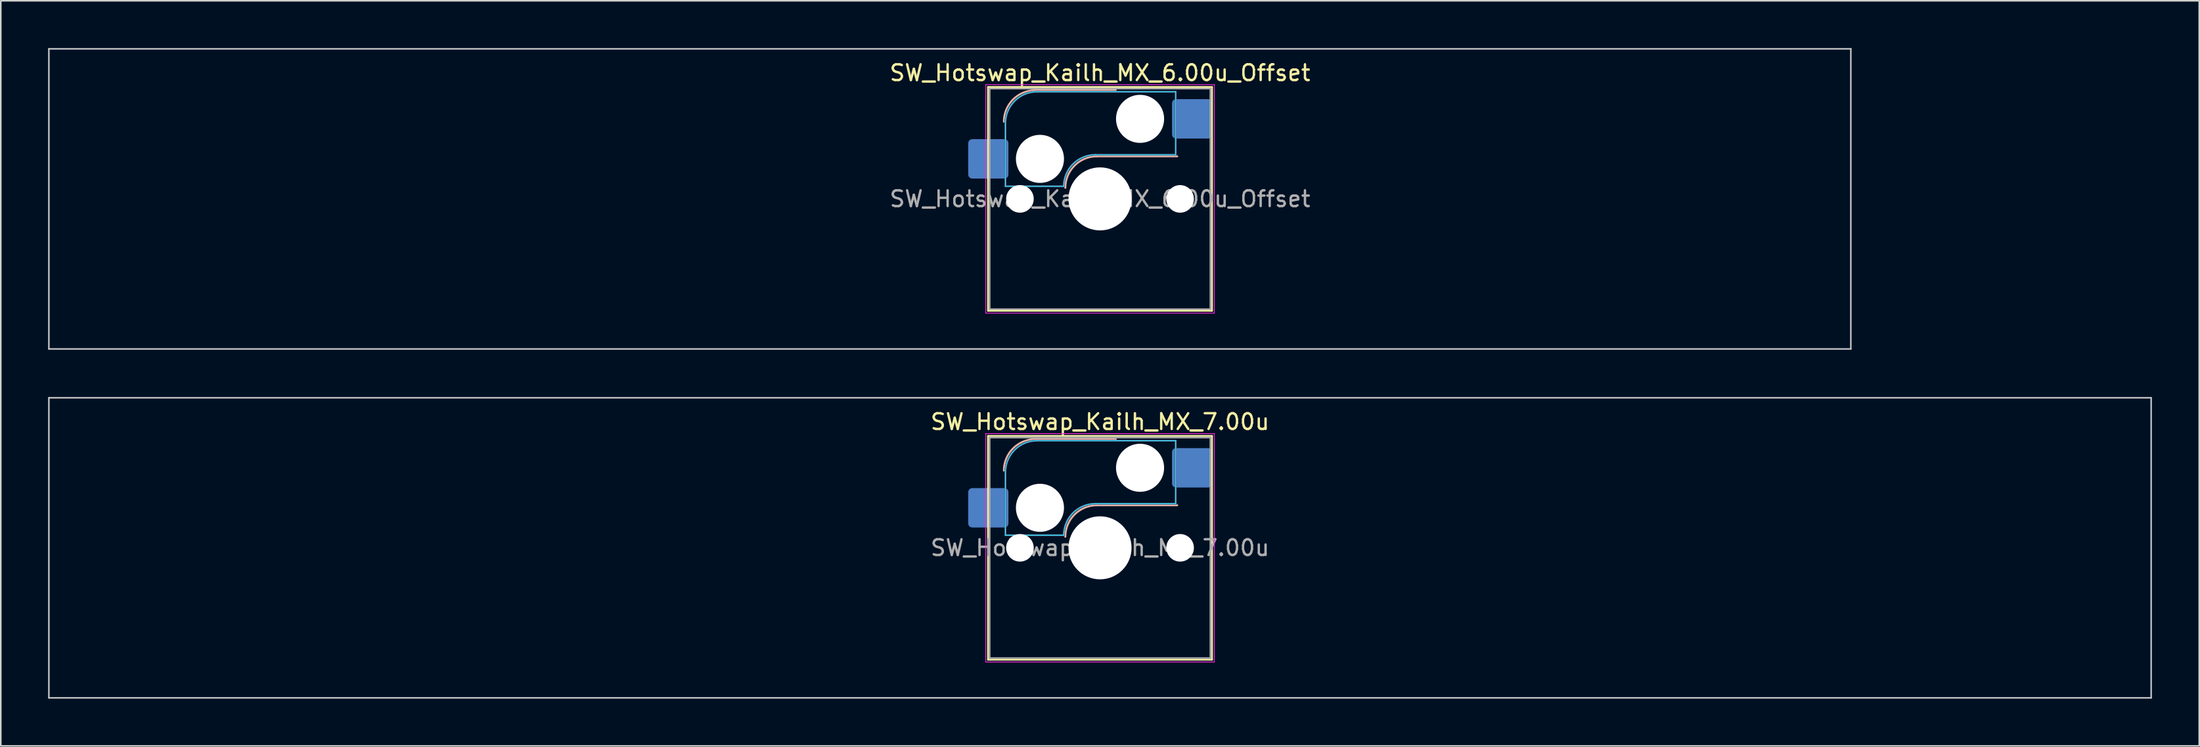
<source format=kicad_pcb>
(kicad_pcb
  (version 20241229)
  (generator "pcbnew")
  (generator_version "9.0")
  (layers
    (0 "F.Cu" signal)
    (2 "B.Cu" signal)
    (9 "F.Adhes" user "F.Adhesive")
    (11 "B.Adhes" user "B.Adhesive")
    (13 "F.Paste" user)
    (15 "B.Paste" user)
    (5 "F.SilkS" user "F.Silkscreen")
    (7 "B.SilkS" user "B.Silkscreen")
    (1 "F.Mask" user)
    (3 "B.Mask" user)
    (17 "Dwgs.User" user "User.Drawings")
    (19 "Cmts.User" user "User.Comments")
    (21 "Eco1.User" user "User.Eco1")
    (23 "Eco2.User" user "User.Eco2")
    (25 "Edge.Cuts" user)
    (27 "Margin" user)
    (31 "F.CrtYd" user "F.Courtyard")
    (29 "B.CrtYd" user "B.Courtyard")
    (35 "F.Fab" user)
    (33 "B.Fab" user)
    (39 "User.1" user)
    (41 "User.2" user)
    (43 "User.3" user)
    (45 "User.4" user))
  (footprint "SW_Hotswap_Kailh_MX_6.00u_Offset"
    (layer "F.Cu")
    (at 66.725 9.575)
    (property "Reference" "SW_Hotswap_Kailh_MX_6.00u_Offset" (at 0 -8 0) (layer "F.SilkS") (effects (font (size 1 1) (thickness 0.15))))
    (attr smd)
    (fp_line (start -7.1 -7.1) (end -7.1 7.1) (stroke (width 0.12) (type solid)) (layer "F.SilkS"))
    (fp_line (start -7.1 7.1) (end 7.1 7.1) (stroke (width 0.12) (type solid)) (layer "F.SilkS"))
    (fp_line (start 7.1 -7.1) (end -7.1 -7.1) (stroke (width 0.12) (type solid)) (layer "F.SilkS"))
    (fp_line (start 7.1 7.1) (end 7.1 -7.1) (stroke (width 0.12) (type solid)) (layer "F.SilkS"))
    (fp_line (start -4.1 -6.9) (end 1 -6.9) (stroke (width 0.12) (type solid)) (layer "B.SilkS"))
    (fp_line (start -0.2 -2.7) (end 4.9 -2.7) (stroke (width 0.12) (type solid)) (layer "B.SilkS"))
    (fp_arc (start -6.1 -4.9) (mid -5.514214 -6.314214) (end -4.1 -6.9) (stroke (width 0.12) (type solid)) (layer "B.SilkS"))
    (fp_arc (start -2.2 -0.7) (mid -1.614214 -2.114214) (end -0.2 -2.7) (stroke (width 0.12) (type solid)) (layer "B.SilkS"))
    (fp_line (start -66.675 -9.525) (end -66.675 9.525) (stroke (width 0.1) (type solid)) (layer "Dwgs.User"))
    (fp_line (start -66.675 9.525) (end 47.625 9.525) (stroke (width 0.1) (type solid)) (layer "Dwgs.User"))
    (fp_line (start 47.625 -9.525) (end -66.675 -9.525) (stroke (width 0.1) (type solid)) (layer "Dwgs.User"))
    (fp_line (start 47.625 9.525) (end 47.625 -9.525) (stroke (width 0.1) (type solid)) (layer "Dwgs.User"))
    (fp_line (start -7.8 -6) (end -7 -6) (stroke (width 0.1) (type solid)) (layer "Eco1.User"))
    (fp_line (start -7.8 -2.9) (end -7.8 -6) (stroke (width 0.1) (type solid)) (layer "Eco1.User"))
    (fp_line (start -7.8 2.9) (end -7 2.9) (stroke (width 0.1) (type solid)) (layer "Eco1.User"))
    (fp_line (start -7.8 6) (end -7.8 2.9) (stroke (width 0.1) (type solid)) (layer "Eco1.User"))
    (fp_line (start -7 -7) (end 7 -7) (stroke (width 0.1) (type solid)) (layer "Eco1.User"))
    (fp_line (start -7 -6) (end -7 -7) (stroke (width 0.1) (type solid)) (layer "Eco1.User"))
    (fp_line (start -7 -2.9) (end -7.8 -2.9) (stroke (width 0.1) (type solid)) (layer "Eco1.User"))
    (fp_line (start -7 2.9) (end -7 -2.9) (stroke (width 0.1) (type solid)) (layer "Eco1.User"))
    (fp_line (start -7 6) (end -7.8 6) (stroke (width 0.1) (type solid)) (layer "Eco1.User"))
    (fp_line (start -7 7) (end -7 6) (stroke (width 0.1) (type solid)) (layer "Eco1.User"))
    (fp_line (start 7 -7) (end 7 -6) (stroke (width 0.1) (type solid)) (layer "Eco1.User"))
    (fp_line (start 7 -6) (end 7.8 -6) (stroke (width 0.1) (type solid)) (layer "Eco1.User"))
    (fp_line (start 7 -2.9) (end 7 2.9) (stroke (width 0.1) (type solid)) (layer "Eco1.User"))
    (fp_line (start 7 2.9) (end 7.8 2.9) (stroke (width 0.1) (type solid)) (layer "Eco1.User"))
    (fp_line (start 7 6) (end 7 7) (stroke (width 0.1) (type solid)) (layer "Eco1.User"))
    (fp_line (start 7 7) (end -7 7) (stroke (width 0.1) (type solid)) (layer "Eco1.User"))
    (fp_line (start 7.8 -6) (end 7.8 -2.9) (stroke (width 0.1) (type solid)) (layer "Eco1.User"))
    (fp_line (start 7.8 -2.9) (end 7 -2.9) (stroke (width 0.1) (type solid)) (layer "Eco1.User"))
    (fp_line (start 7.8 2.9) (end 7.8 6) (stroke (width 0.1) (type solid)) (layer "Eco1.User"))
    (fp_line (start 7.8 6) (end 7 6) (stroke (width 0.1) (type solid)) (layer "Eco1.User"))
    (fp_line (start -6 -0.8) (end -6 -4.8) (stroke (width 0.05) (type solid)) (layer "B.CrtYd"))
    (fp_line (start -6 -0.8) (end -2.3 -0.8) (stroke (width 0.05) (type solid)) (layer "B.CrtYd"))
    (fp_line (start -4 -6.8) (end 4.8 -6.8) (stroke (width 0.05) (type solid)) (layer "B.CrtYd"))
    (fp_line (start -0.3 -2.8) (end 4.8 -2.8) (stroke (width 0.05) (type solid)) (layer "B.CrtYd"))
    (fp_line (start 4.8 -6.8) (end 4.8 -2.8) (stroke (width 0.05) (type solid)) (layer "B.CrtYd"))
    (fp_arc (start -6 -4.8) (mid -5.414214 -6.214214) (end -4 -6.8) (stroke (width 0.05) (type solid)) (layer "B.CrtYd"))
    (fp_arc (start -2.3 -0.8) (mid -1.714214 -2.214214) (end -0.3 -2.8) (stroke (width 0.05) (type solid)) (layer "B.CrtYd"))
    (fp_line (start -7.25 -7.25) (end -7.25 7.25) (stroke (width 0.05) (type solid)) (layer "F.CrtYd"))
    (fp_line (start -7.25 7.25) (end 7.25 7.25) (stroke (width 0.05) (type solid)) (layer "F.CrtYd"))
    (fp_line (start 7.25 -7.25) (end -7.25 -7.25) (stroke (width 0.05) (type solid)) (layer "F.CrtYd"))
    (fp_line (start 7.25 7.25) (end 7.25 -7.25) (stroke (width 0.05) (type solid)) (layer "F.CrtYd"))
    (fp_line (start -6 -0.8) (end -6 -4.8) (stroke (width 0.12) (type solid)) (layer "B.Fab"))
    (fp_line (start -6 -0.8) (end -2.3 -0.8) (stroke (width 0.12) (type solid)) (layer "B.Fab"))
    (fp_line (start -4 -6.8) (end 4.8 -6.8) (stroke (width 0.12) (type solid)) (layer "B.Fab"))
    (fp_line (start -0.3 -2.8) (end 4.8 -2.8) (stroke (width 0.12) (type solid)) (layer "B.Fab"))
    (fp_line (start 4.8 -6.8) (end 4.8 -2.8) (stroke (width 0.12) (type solid)) (layer "B.Fab"))
    (fp_arc (start -6 -4.8) (mid -5.414214 -6.214214) (end -4 -6.8) (stroke (width 0.12) (type solid)) (layer "B.Fab"))
    (fp_arc (start -2.3 -0.8) (mid -1.714214 -2.214214) (end -0.3 -2.8) (stroke (width 0.12) (type solid)) (layer "B.Fab"))
    (fp_line (start -7 -7) (end -7 7) (stroke (width 0.1) (type solid)) (layer "F.Fab"))
    (fp_line (start -7 7) (end 7 7) (stroke (width 0.1) (type solid)) (layer "F.Fab"))
    (fp_line (start 7 -7) (end -7 -7) (stroke (width 0.1) (type solid)) (layer "F.Fab"))
    (fp_line (start 7 7) (end 7 -7) (stroke (width 0.1) (type solid)) (layer "F.Fab"))
    (fp_text user "${REFERENCE}" (at 0 0 0) (layer "F.Fab") (effects (font (size 1 1) (thickness 0.15))))
    (pad "" np_thru_hole circle (at -5.08 0) (size 1.75 1.75) (drill 1.75) (layers "*.Cu" "*.Mask"))
    (pad "" np_thru_hole circle (at -3.81 -2.54) (size 3.05 3.05) (drill 3.05) (layers "*.Cu" "*.Mask"))
    (pad "" np_thru_hole circle (at 0 0) (size 4 4) (drill 4) (layers "*.Cu" "*.Mask"))
    (pad "" np_thru_hole circle (at 2.54 -5.08) (size 3.05 3.05) (drill 3.05) (layers "*.Cu" "*.Mask"))
    (pad "" np_thru_hole circle (at 5.08 0) (size 1.75 1.75) (drill 1.75) (layers "*.Cu" "*.Mask"))
    (pad "1" smd roundrect (at -7.085 -2.54) (size 2.55 2.5) (layers "B.Cu" "B.Mask" "B.Paste") (roundrect_rratio 0.1))
    (pad "2" smd roundrect (at 5.842 -5.08) (size 2.55 2.5) (layers "B.Cu" "B.Mask" "B.Paste") (roundrect_rratio 0.1)))
  (footprint "SW_Hotswap_Kailh_MX_7.00u"
    (layer "F.Cu")
    (at 66.725 31.725)
    (property "Reference" "SW_Hotswap_Kailh_MX_7.00u" (at 0 -8 0) (layer "F.SilkS") (effects (font (size 1 1) (thickness 0.15))))
    (attr smd)
    (fp_line (start -7.1 -7.1) (end -7.1 7.1) (stroke (width 0.12) (type solid)) (layer "F.SilkS"))
    (fp_line (start -7.1 7.1) (end 7.1 7.1) (stroke (width 0.12) (type solid)) (layer "F.SilkS"))
    (fp_line (start 7.1 -7.1) (end -7.1 -7.1) (stroke (width 0.12) (type solid)) (layer "F.SilkS"))
    (fp_line (start 7.1 7.1) (end 7.1 -7.1) (stroke (width 0.12) (type solid)) (layer "F.SilkS"))
    (fp_line (start -4.1 -6.9) (end 1 -6.9) (stroke (width 0.12) (type solid)) (layer "B.SilkS"))
    (fp_line (start -0.2 -2.7) (end 4.9 -2.7) (stroke (width 0.12) (type solid)) (layer "B.SilkS"))
    (fp_arc (start -6.1 -4.9) (mid -5.514214 -6.314214) (end -4.1 -6.9) (stroke (width 0.12) (type solid)) (layer "B.SilkS"))
    (fp_arc (start -2.2 -0.7) (mid -1.614214 -2.114214) (end -0.2 -2.7) (stroke (width 0.12) (type solid)) (layer "B.SilkS"))
    (fp_line (start -66.675 -9.525) (end -66.675 9.525) (stroke (width 0.1) (type solid)) (layer "Dwgs.User"))
    (fp_line (start -66.675 9.525) (end 66.675 9.525) (stroke (width 0.1) (type solid)) (layer "Dwgs.User"))
    (fp_line (start 66.675 -9.525) (end -66.675 -9.525) (stroke (width 0.1) (type solid)) (layer "Dwgs.User"))
    (fp_line (start 66.675 9.525) (end 66.675 -9.525) (stroke (width 0.1) (type solid)) (layer "Dwgs.User"))
    (fp_line (start -7.8 -6) (end -7 -6) (stroke (width 0.1) (type solid)) (layer "Eco1.User"))
    (fp_line (start -7.8 -2.9) (end -7.8 -6) (stroke (width 0.1) (type solid)) (layer "Eco1.User"))
    (fp_line (start -7.8 2.9) (end -7 2.9) (stroke (width 0.1) (type solid)) (layer "Eco1.User"))
    (fp_line (start -7.8 6) (end -7.8 2.9) (stroke (width 0.1) (type solid)) (layer "Eco1.User"))
    (fp_line (start -7 -7) (end 7 -7) (stroke (width 0.1) (type solid)) (layer "Eco1.User"))
    (fp_line (start -7 -6) (end -7 -7) (stroke (width 0.1) (type solid)) (layer "Eco1.User"))
    (fp_line (start -7 -2.9) (end -7.8 -2.9) (stroke (width 0.1) (type solid)) (layer "Eco1.User"))
    (fp_line (start -7 2.9) (end -7 -2.9) (stroke (width 0.1) (type solid)) (layer "Eco1.User"))
    (fp_line (start -7 6) (end -7.8 6) (stroke (width 0.1) (type solid)) (layer "Eco1.User"))
    (fp_line (start -7 7) (end -7 6) (stroke (width 0.1) (type solid)) (layer "Eco1.User"))
    (fp_line (start 7 -7) (end 7 -6) (stroke (width 0.1) (type solid)) (layer "Eco1.User"))
    (fp_line (start 7 -6) (end 7.8 -6) (stroke (width 0.1) (type solid)) (layer "Eco1.User"))
    (fp_line (start 7 -2.9) (end 7 2.9) (stroke (width 0.1) (type solid)) (layer "Eco1.User"))
    (fp_line (start 7 2.9) (end 7.8 2.9) (stroke (width 0.1) (type solid)) (layer "Eco1.User"))
    (fp_line (start 7 6) (end 7 7) (stroke (width 0.1) (type solid)) (layer "Eco1.User"))
    (fp_line (start 7 7) (end -7 7) (stroke (width 0.1) (type solid)) (layer "Eco1.User"))
    (fp_line (start 7.8 -6) (end 7.8 -2.9) (stroke (width 0.1) (type solid)) (layer "Eco1.User"))
    (fp_line (start 7.8 -2.9) (end 7 -2.9) (stroke (width 0.1) (type solid)) (layer "Eco1.User"))
    (fp_line (start 7.8 2.9) (end 7.8 6) (stroke (width 0.1) (type solid)) (layer "Eco1.User"))
    (fp_line (start 7.8 6) (end 7 6) (stroke (width 0.1) (type solid)) (layer "Eco1.User"))
    (fp_line (start -6 -0.8) (end -6 -4.8) (stroke (width 0.05) (type solid)) (layer "B.CrtYd"))
    (fp_line (start -6 -0.8) (end -2.3 -0.8) (stroke (width 0.05) (type solid)) (layer "B.CrtYd"))
    (fp_line (start -4 -6.8) (end 4.8 -6.8) (stroke (width 0.05) (type solid)) (layer "B.CrtYd"))
    (fp_line (start -0.3 -2.8) (end 4.8 -2.8) (stroke (width 0.05) (type solid)) (layer "B.CrtYd"))
    (fp_line (start 4.8 -6.8) (end 4.8 -2.8) (stroke (width 0.05) (type solid)) (layer "B.CrtYd"))
    (fp_arc (start -6 -4.8) (mid -5.414214 -6.214214) (end -4 -6.8) (stroke (width 0.05) (type solid)) (layer "B.CrtYd"))
    (fp_arc (start -2.3 -0.8) (mid -1.714214 -2.214214) (end -0.3 -2.8) (stroke (width 0.05) (type solid)) (layer "B.CrtYd"))
    (fp_line (start -7.25 -7.25) (end -7.25 7.25) (stroke (width 0.05) (type solid)) (layer "F.CrtYd"))
    (fp_line (start -7.25 7.25) (end 7.25 7.25) (stroke (width 0.05) (type solid)) (layer "F.CrtYd"))
    (fp_line (start 7.25 -7.25) (end -7.25 -7.25) (stroke (width 0.05) (type solid)) (layer "F.CrtYd"))
    (fp_line (start 7.25 7.25) (end 7.25 -7.25) (stroke (width 0.05) (type solid)) (layer "F.CrtYd"))
    (fp_line (start -6 -0.8) (end -6 -4.8) (stroke (width 0.12) (type solid)) (layer "B.Fab"))
    (fp_line (start -6 -0.8) (end -2.3 -0.8) (stroke (width 0.12) (type solid)) (layer "B.Fab"))
    (fp_line (start -4 -6.8) (end 4.8 -6.8) (stroke (width 0.12) (type solid)) (layer "B.Fab"))
    (fp_line (start -0.3 -2.8) (end 4.8 -2.8) (stroke (width 0.12) (type solid)) (layer "B.Fab"))
    (fp_line (start 4.8 -6.8) (end 4.8 -2.8) (stroke (width 0.12) (type solid)) (layer "B.Fab"))
    (fp_arc (start -6 -4.8) (mid -5.414214 -6.214214) (end -4 -6.8) (stroke (width 0.12) (type solid)) (layer "B.Fab"))
    (fp_arc (start -2.3 -0.8) (mid -1.714214 -2.214214) (end -0.3 -2.8) (stroke (width 0.12) (type solid)) (layer "B.Fab"))
    (fp_line (start -7 -7) (end -7 7) (stroke (width 0.1) (type solid)) (layer "F.Fab"))
    (fp_line (start -7 7) (end 7 7) (stroke (width 0.1) (type solid)) (layer "F.Fab"))
    (fp_line (start 7 -7) (end -7 -7) (stroke (width 0.1) (type solid)) (layer "F.Fab"))
    (fp_line (start 7 7) (end 7 -7) (stroke (width 0.1) (type solid)) (layer "F.Fab"))
    (fp_text user "${REFERENCE}" (at 0 0 0) (layer "F.Fab") (effects (font (size 1 1) (thickness 0.15))))
    (pad "" np_thru_hole circle (at -5.08 0) (size 1.75 1.75) (drill 1.75) (layers "*.Cu" "*.Mask"))
    (pad "" np_thru_hole circle (at -3.81 -2.54) (size 3.05 3.05) (drill 3.05) (layers "*.Cu" "*.Mask"))
    (pad "" np_thru_hole circle (at 0 0) (size 4 4) (drill 4) (layers "*.Cu" "*.Mask"))
    (pad "" np_thru_hole circle (at 2.54 -5.08) (size 3.05 3.05) (drill 3.05) (layers "*.Cu" "*.Mask"))
    (pad "" np_thru_hole circle (at 5.08 0) (size 1.75 1.75) (drill 1.75) (layers "*.Cu" "*.Mask"))
    (pad "1" smd roundrect (at -7.085 -2.54) (size 2.55 2.5) (layers "B.Cu" "B.Mask" "B.Paste") (roundrect_rratio 0.1))
    (pad "2" smd roundrect (at 5.842 -5.08) (size 2.55 2.5) (layers "B.Cu" "B.Mask" "B.Paste") (roundrect_rratio 0.1)))
  (gr_rect
    (start -3 -3)
    (end 136.45 44.3)
    (stroke (width 0.1) (type default))
    (fill no)
    (layer "Edge.Cuts")))
</source>
